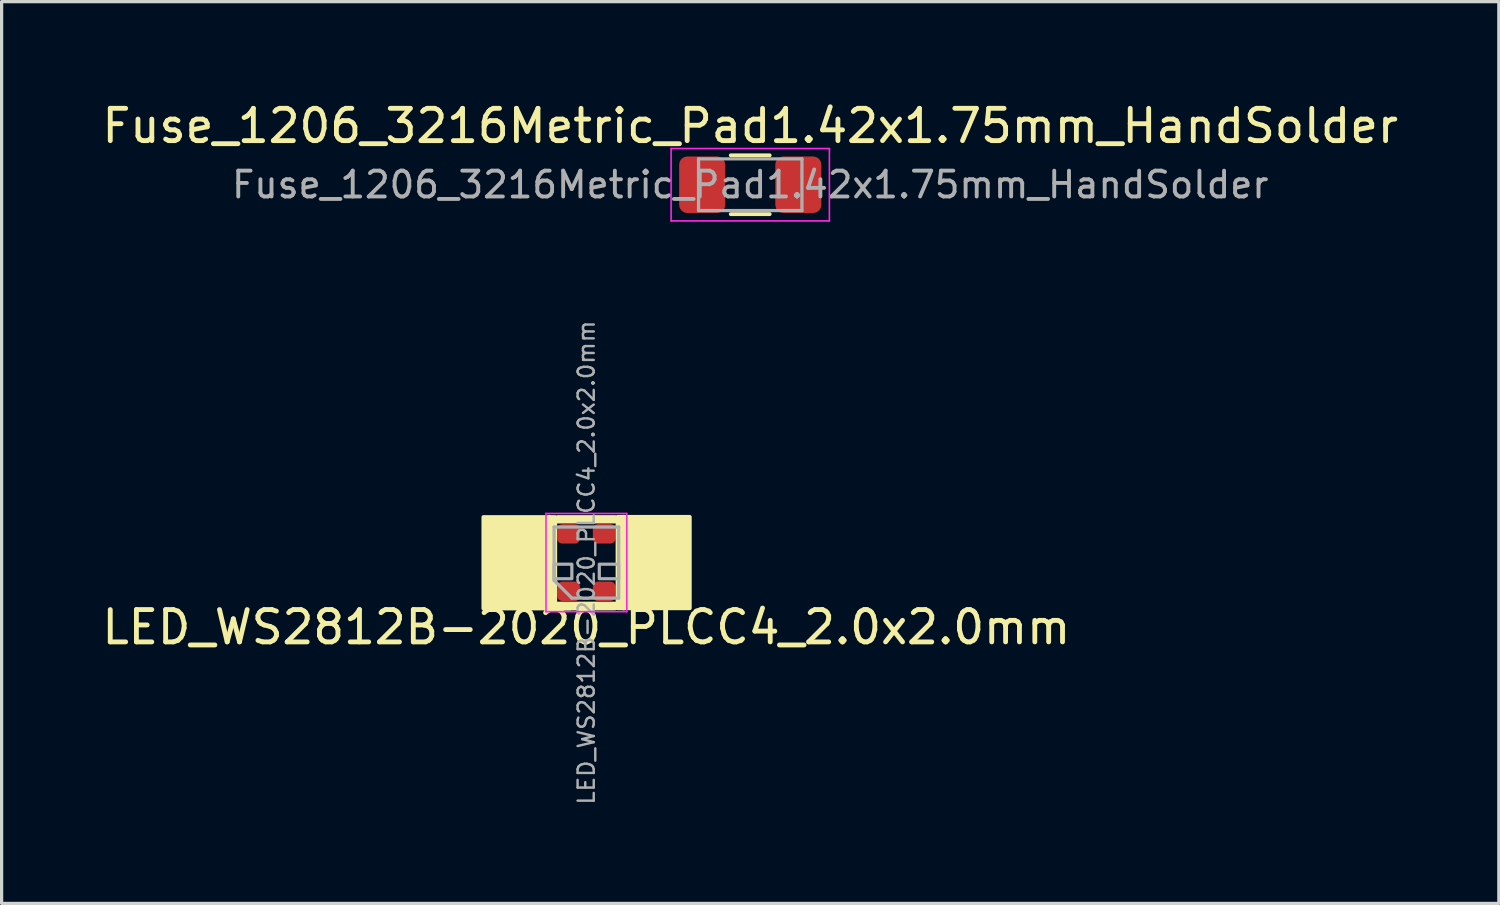
<source format=kicad_pcb>
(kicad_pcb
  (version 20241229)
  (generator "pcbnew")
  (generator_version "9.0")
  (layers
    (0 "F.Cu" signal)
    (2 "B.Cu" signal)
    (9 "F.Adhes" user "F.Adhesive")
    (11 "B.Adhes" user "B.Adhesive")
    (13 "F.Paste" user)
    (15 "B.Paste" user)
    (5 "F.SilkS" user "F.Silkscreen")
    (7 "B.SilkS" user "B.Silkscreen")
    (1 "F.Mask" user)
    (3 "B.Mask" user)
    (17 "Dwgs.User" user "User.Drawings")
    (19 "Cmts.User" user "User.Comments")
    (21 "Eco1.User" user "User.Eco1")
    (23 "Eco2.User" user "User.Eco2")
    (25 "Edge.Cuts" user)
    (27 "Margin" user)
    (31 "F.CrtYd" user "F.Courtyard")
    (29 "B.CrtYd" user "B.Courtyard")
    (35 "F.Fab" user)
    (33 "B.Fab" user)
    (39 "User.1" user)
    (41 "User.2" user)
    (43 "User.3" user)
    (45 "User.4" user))
  (footprint "Fuse_1206_3216Metric_Pad1.42x1.75mm_HandSolder"
    (layer "F.Cu")
    (at 20.173 2.668)
    (property "Reference" "Fuse_1206_3216Metric_Pad1.42x1.75mm_HandSolder" (at 0 -1.82 0) (layer "F.SilkS") (effects (font (size 1 1) (thickness 0.15))))
    (attr smd)
    (fp_line (start -0.602 -0.91) (end 0.602 -0.91) (stroke (width 0.12) (type solid)) (layer "F.SilkS"))
    (fp_line (start -0.602 0.91) (end 0.602 0.91) (stroke (width 0.12) (type solid)) (layer "F.SilkS"))
    (fp_line (start -2.45 -1.12) (end 2.45 -1.12) (stroke (width 0.05) (type solid)) (layer "F.CrtYd"))
    (fp_line (start -2.45 1.12) (end -2.45 -1.12) (stroke (width 0.05) (type solid)) (layer "F.CrtYd"))
    (fp_line (start 2.45 -1.12) (end 2.45 1.12) (stroke (width 0.05) (type solid)) (layer "F.CrtYd"))
    (fp_line (start 2.45 1.12) (end -2.45 1.12) (stroke (width 0.05) (type solid)) (layer "F.CrtYd"))
    (fp_line (start -1.6 -0.8) (end 1.6 -0.8) (stroke (width 0.1) (type solid)) (layer "F.Fab"))
    (fp_line (start -1.6 0.8) (end -1.6 -0.8) (stroke (width 0.1) (type solid)) (layer "F.Fab"))
    (fp_line (start 1.6 -0.8) (end 1.6 0.8) (stroke (width 0.1) (type solid)) (layer "F.Fab"))
    (fp_line (start 1.6 0.8) (end -1.6 0.8) (stroke (width 0.1) (type solid)) (layer "F.Fab"))
    (fp_text user "${REFERENCE}" (at 0 0 0) (layer "F.Fab") (effects (font (size 0.8 0.8) (thickness 0.12))))
    (pad "1" smd roundrect (at -1.488 0 180) (size 1.425 1.75) (layers "F.Cu" "F.Mask" "F.Paste") (roundrect_rratio 0.175))
    (pad "2" smd roundrect (at 1.488 0 180) (size 1.425 1.75) (layers "F.Cu" "F.Mask" "F.Paste") (roundrect_rratio 0.175)))
  (footprint "LED_WS2812B-2020_PLCC4_2.0x2.0mm"
    (layer "F.Cu")
    (at 15.101 14.364)
    (property "Reference" "LED_WS2812B-2020_PLCC4_2.0x2.0mm" (at 0 2 180) (layer "F.SilkS") (effects (font (size 1 1) (thickness 0.15))))
    (attr smd)
    (fp_line (start -1.15 1.42) (end -1.15 -1.42) (stroke (width 0.12) (type solid)) (layer "F.SilkS"))
    (fp_line (start -1.15 1.42) (end -0.5 1.42) (stroke (width 0.12) (type solid)) (layer "F.SilkS"))
    (fp_line (start 1.15 1.42) (end 1.15 -1.42) (stroke (width 0.12) (type solid)) (layer "F.SilkS"))
    (fp_rect (start -0.965 1.42) (end -3.188 -1.409) (stroke (width 0.12) (type solid)) (fill yes) (layer "F.SilkS"))
    (fp_rect (start 0.889 -1.27) (end -0.889 -1.409) (stroke (width 0.12) (type solid)) (fill yes) (layer "F.SilkS"))
    (fp_rect (start 0.889 1.42) (end -0.889 1.27) (stroke (width 0.12) (type solid)) (fill yes) (layer "F.SilkS"))
    (fp_rect (start 3.2 1.414) (end 0.965 -1.414) (stroke (width 0.12) (type solid)) (fill yes) (layer "F.SilkS"))
    (fp_line (start -1.25 -1.52) (end -1.25 1.52) (stroke (width 0.05) (type solid)) (layer "F.CrtYd"))
    (fp_line (start -1.25 1.52) (end 1.25 1.52) (stroke (width 0.05) (type solid)) (layer "F.CrtYd"))
    (fp_line (start 1.25 -1.52) (end -1.25 -1.52) (stroke (width 0.05) (type solid)) (layer "F.CrtYd"))
    (fp_line (start 1.25 1.52) (end 1.25 -1.52) (stroke (width 0.05) (type solid)) (layer "F.CrtYd"))
    (fp_line (start -1 -1.1) (end -1 0.55) (stroke (width 0.1) (type solid)) (layer "F.Fab"))
    (fp_line (start -1 -1.1) (end 1 -1.1) (stroke (width 0.1) (type solid)) (layer "F.Fab"))
    (fp_line (start -1 0.55) (end -0.45 1.1) (stroke (width 0.1) (type solid)) (layer "F.Fab"))
    (fp_line (start -0.45 1.1) (end 1 1.1) (stroke (width 0.1) (type solid)) (layer "F.Fab"))
    (fp_line (start 1 1.1) (end 1 -1.1) (stroke (width 0.1) (type solid)) (layer "F.Fab"))
    (fp_rect (start -1 0.5) (end -0.45 0.05) (stroke (width 0.1) (type solid)) (fill no) (layer "F.Fab"))
    (fp_rect (start 0.4 0.5) (end 1 0.05) (stroke (width 0.1) (type solid)) (fill no) (layer "F.Fab"))
    (fp_text user "${REFERENCE}" (at 0 0 90) (layer "F.Fab") (effects (font (size 0.5 0.5) (thickness 0.075))))
    (pad "1" smd roundrect (at -0.55 0.889 90) (size 0.6 0.7) (layers "F.Cu" "F.Mask" "F.Paste") (roundrect_rratio 0.25))
    (pad "2" smd roundrect (at 0.55 0.889 90) (size 0.6 0.7) (layers "F.Cu" "F.Mask" "F.Paste") (roundrect_rratio 0.25))
    (pad "3" smd roundrect (at 0.55 -0.889 90) (size 0.6 0.7) (layers "F.Cu" "F.Mask" "F.Paste") (roundrect_rratio 0.25))
    (pad "4" smd roundrect (at -0.55 -0.889 90) (size 0.6 0.7) (layers "F.Cu" "F.Mask" "F.Paste") (roundrect_rratio 0.25)))
  (gr_rect
    (start -3 -3)
    (end 43.345 24.914)
    (stroke (width 0.1) (type default))
    (fill no)
    (layer "Edge.Cuts")))
</source>
